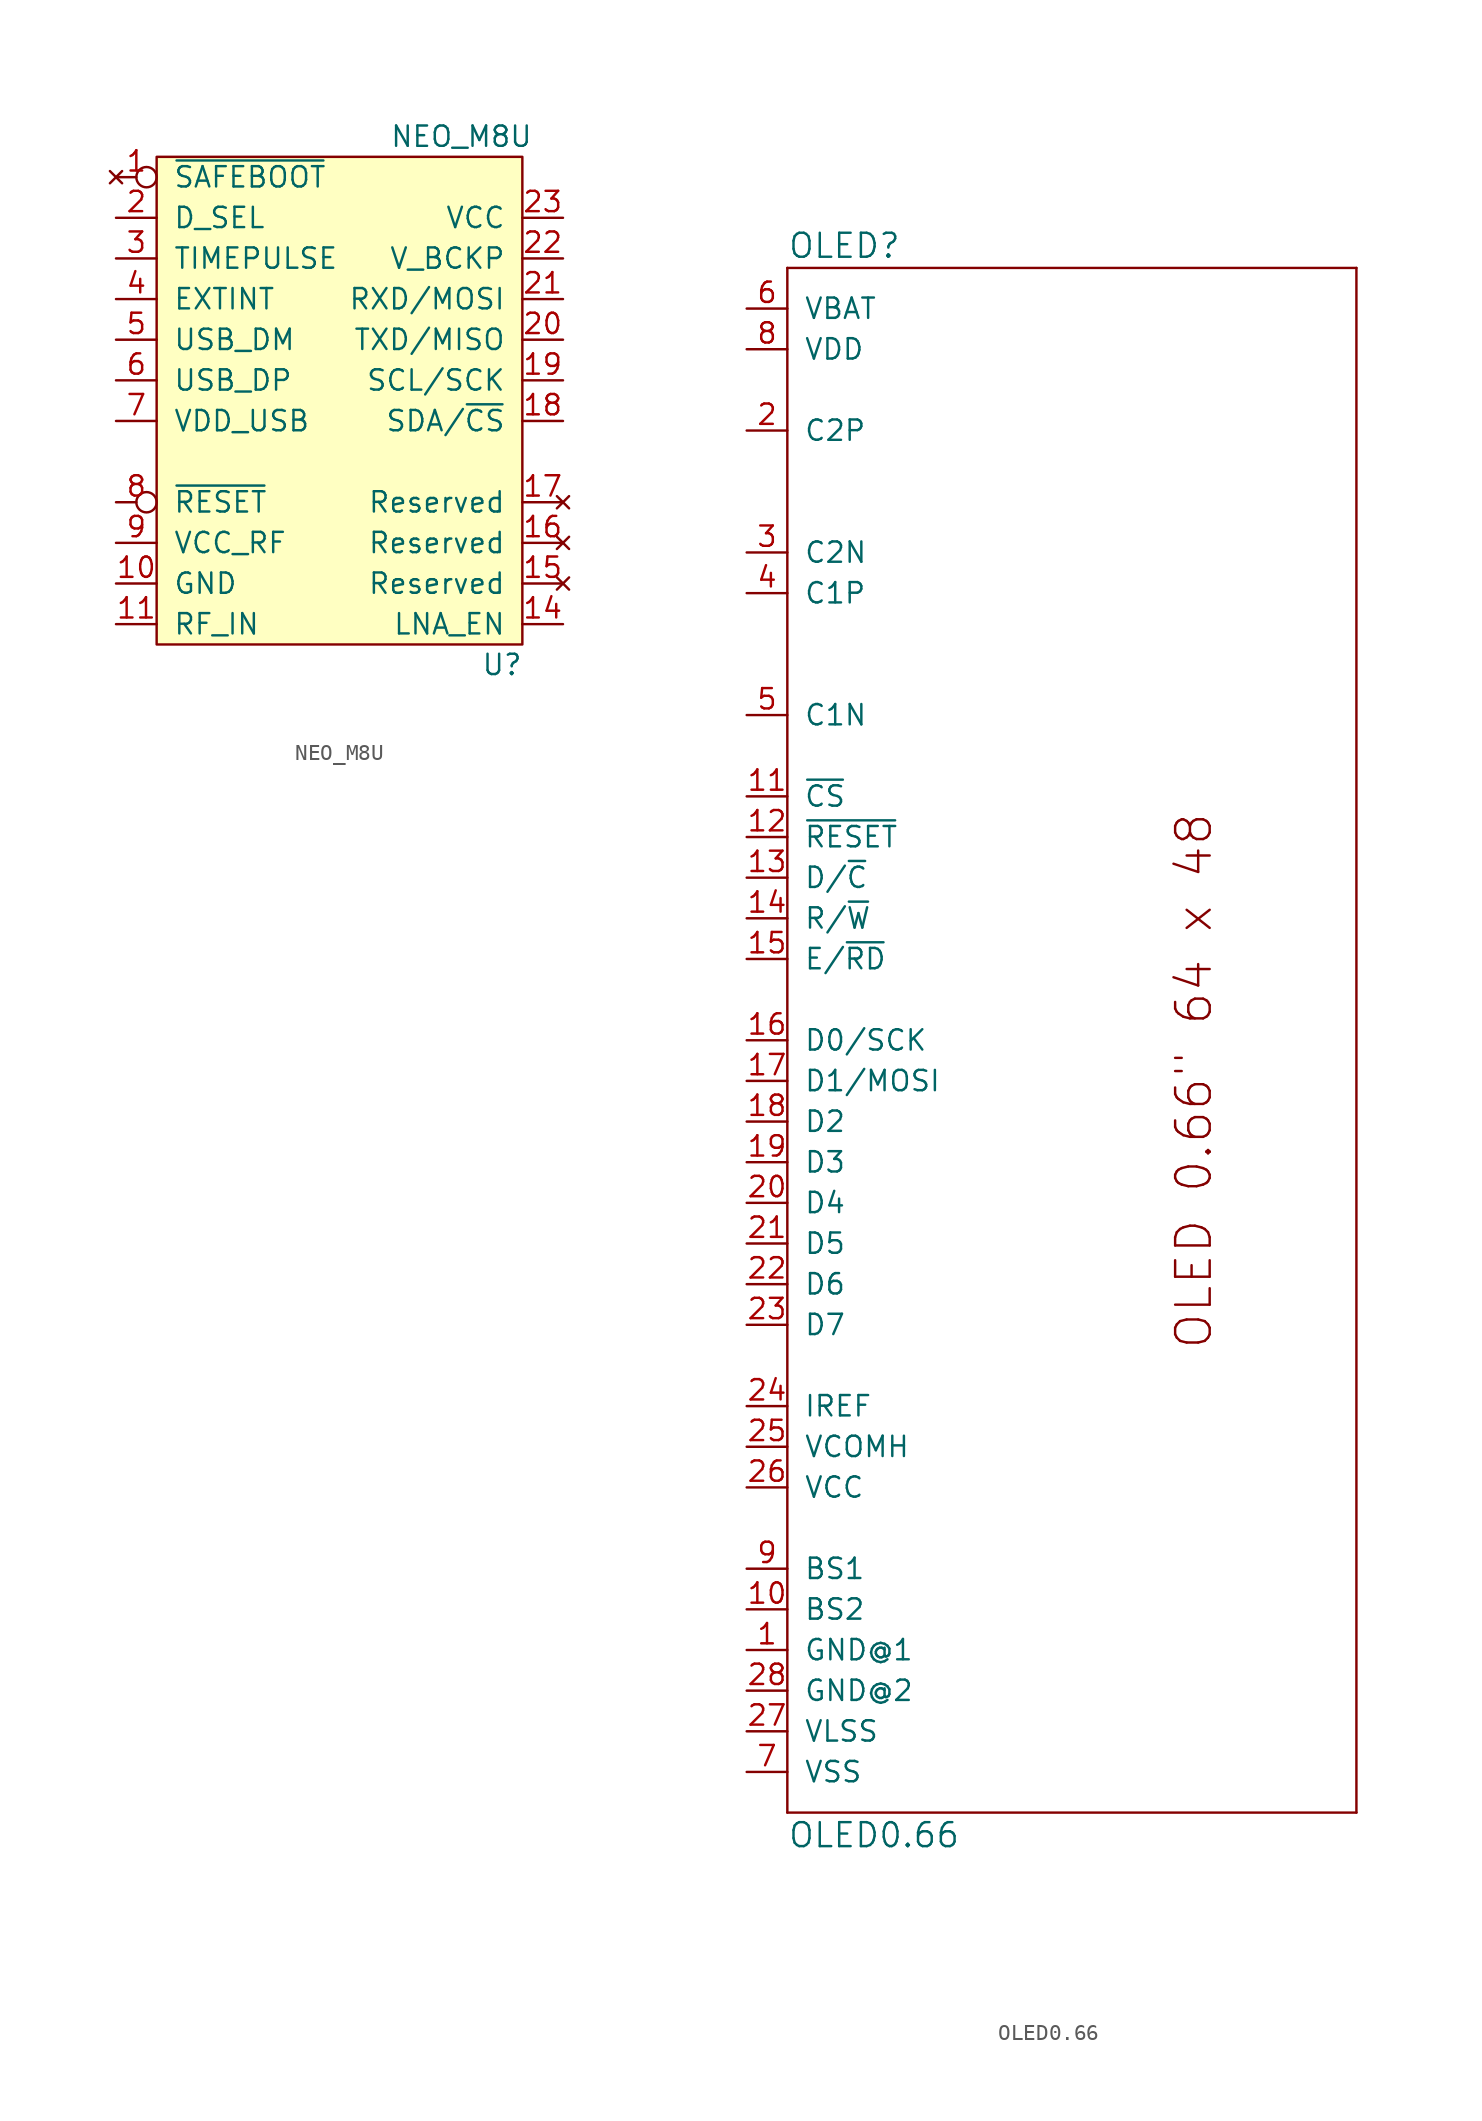
<source format=kicad_sym>
(kicad_symbol_lib
  (version 20211014)
  (generator kicad_symbol_editor)
  (symbol "NEO_M8U"
    (pin_names
      (offset 1.016))
    (property "Reference" "U"
      (at 24.13 -30.48 0)
      (effects (font (size 1.27 1.27))))
    (property "Value" "NEO_M8U"
      (at 21.59 2.54 0)
      (effects (font (size 1.27 1.27))))
    (symbol "NEO_M8U_0_1"
      (rectangle (start 2.54 1.27) (end 25.4 -29.21) (stroke (width 0) (type default) (color 0 0 0 0)) (fill (type background))))
    (symbol "NEO_M8U_1_1"
      (pin no_connect inverted (at 0 0 0) (length 2.54) (name "~{SAFEBOOT}" (effects (font (size 1.27 1.27)))) (number "1" (effects (font (size 1.27 1.27)))))
      (pin passive line (at 0 -25.4 0) (length 2.54) (name "GND" (effects (font (size 1.27 1.27)))) (number "10" (effects (font (size 1.27 1.27)))))
      (pin input line (at 0 -27.94 0) (length 2.54) (name "RF_IN" (effects (font (size 1.27 1.27)))) (number "11" (effects (font (size 1.27 1.27)))))
      (pin passive line (at 0 -25.4 0) (length 2.54) hide (name "GND" (effects (font (size 1.27 1.27)))) (number "12" (effects (font (size 1.27 1.27)))))
      (pin passive line (at 0 -25.4 0) (length 2.54) hide (name "GND" (effects (font (size 1.27 1.27)))) (number "13" (effects (font (size 1.27 1.27)))))
      (pin output line (at 27.94 -27.94 180) (length 2.54) (name "LNA_EN" (effects (font (size 1.27 1.27)))) (number "14" (effects (font (size 1.27 1.27)))))
      (pin no_connect line (at 27.94 -25.4 180) (length 2.54) (name "Reserved" (effects (font (size 1.27 1.27)))) (number "15" (effects (font (size 1.27 1.27)))))
      (pin no_connect line (at 27.94 -22.86 180) (length 2.54) (name "Reserved" (effects (font (size 1.27 1.27)))) (number "16" (effects (font (size 1.27 1.27)))))
      (pin no_connect line (at 27.94 -20.32 180) (length 2.54) (name "Reserved" (effects (font (size 1.27 1.27)))) (number "17" (effects (font (size 1.27 1.27)))))
      (pin open_collector line (at 27.94 -15.24 180) (length 2.54) (name "SDA/~{CS}" (effects (font (size 1.27 1.27)))) (number "18" (effects (font (size 1.27 1.27)))))
      (pin open_collector line (at 27.94 -12.7 180) (length 2.54) (name "SCL/SCK" (effects (font (size 1.27 1.27)))) (number "19" (effects (font (size 1.27 1.27)))))
      (pin input line (at 0 -2.54 0) (length 2.54) (name "D_SEL" (effects (font (size 1.27 1.27)))) (number "2" (effects (font (size 1.27 1.27)))))
      (pin output line (at 27.94 -10.16 180) (length 2.54) (name "TXD/MISO" (effects (font (size 1.27 1.27)))) (number "20" (effects (font (size 1.27 1.27)))))
      (pin input line (at 27.94 -7.62 180) (length 2.54) (name "RXD/MOSI" (effects (font (size 1.27 1.27)))) (number "21" (effects (font (size 1.27 1.27)))))
      (pin power_in line (at 27.94 -5.08 180) (length 2.54) (name "V_BCKP" (effects (font (size 1.27 1.27)))) (number "22" (effects (font (size 1.27 1.27)))))
      (pin power_in line (at 27.94 -2.54 180) (length 2.54) (name "VCC" (effects (font (size 1.27 1.27)))) (number "23" (effects (font (size 1.27 1.27)))))
      (pin passive line (at 0 -25.4 0) (length 2.54) hide (name "GND" (effects (font (size 1.27 1.27)))) (number "24" (effects (font (size 1.27 1.27)))))
      (pin output line (at 0 -5.08 0) (length 2.54) (name "TIMEPULSE" (effects (font (size 1.27 1.27)))) (number "3" (effects (font (size 1.27 1.27)))))
      (pin input line (at 0 -7.62 0) (length 2.54) (name "EXTINT" (effects (font (size 1.27 1.27)))) (number "4" (effects (font (size 1.27 1.27)))))
      (pin bidirectional line (at 0 -10.16 0) (length 2.54) (name "USB_DM" (effects (font (size 1.27 1.27)))) (number "5" (effects (font (size 1.27 1.27)))))
      (pin bidirectional line (at 0 -12.7 0) (length 2.54) (name "USB_DP" (effects (font (size 1.27 1.27)))) (number "6" (effects (font (size 1.27 1.27)))))
      (pin power_in line (at 0 -15.24 0) (length 2.54) (name "VDD_USB" (effects (font (size 1.27 1.27)))) (number "7" (effects (font (size 1.27 1.27)))))
      (pin input inverted (at 0 -20.32 0) (length 2.54) (name "~{RESET}" (effects (font (size 1.27 1.27)))) (number "8" (effects (font (size 1.27 1.27)))))
      (pin power_in line (at 0 -22.86 0) (length 2.54) (name "VCC_RF" (effects (font (size 1.27 1.27)))) (number "9" (effects (font (size 1.27 1.27)))))))
  (symbol "OLED0.66"
    (pin_names
      (offset 1.016))
    (property "Reference" "OLED"
      (at -25.4 48.768 0)
      (effects (font (size 1.499 1.499)) (justify left bottom)))
    (property "Value" "OLED0.66"
      (at -25.4 -50.546 0)
      (effects (font (size 1.499 1.499)) (justify left bottom)))
    (symbol "OLED0.66_1_0"
      (polyline (pts (xy -25.4 -48.26) (xy 10.16 -48.26)) (stroke (width 0) (type default) (color 0 0 0 0)) (fill (type none)))
      (polyline (pts (xy -25.4 48.26) (xy -25.4 -48.26)) (stroke (width 0) (type default) (color 0 0 0 0)) (fill (type none)))
      (polyline (pts (xy 10.16 -48.26) (xy 10.16 48.26)) (stroke (width 0) (type default) (color 0 0 0 0)) (fill (type none)))
      (polyline (pts (xy 10.16 48.26) (xy -25.4 48.26)) (stroke (width 0) (type default) (color 0 0 0 0)) (fill (type none)))
      (text "OLED 0.66\" 64 x 48" (at 0 -2.54 900) (effects (font (size 2.159 2.159))))
      (pin bidirectional line (at -27.94 -38.1 0) (length 2.54) (name "GND@1" (effects (font (size 1.27 1.27)))) (number "1" (effects (font (size 1.27 1.27)))))
      (pin bidirectional line (at -27.94 -35.56 0) (length 2.54) (name "BS2" (effects (font (size 1.27 1.27)))) (number "10" (effects (font (size 1.27 1.27)))))
      (pin bidirectional line (at -27.94 15.24 0) (length 2.54) (name "~{CS}" (effects (font (size 1.27 1.27)))) (number "11" (effects (font (size 1.27 1.27)))))
      (pin bidirectional line (at -27.94 12.7 0) (length 2.54) (name "~{RESET}" (effects (font (size 1.27 1.27)))) (number "12" (effects (font (size 1.27 1.27)))))
      (pin bidirectional line (at -27.94 10.16 0) (length 2.54) (name "D/~{C}" (effects (font (size 1.27 1.27)))) (number "13" (effects (font (size 1.27 1.27)))))
      (pin bidirectional line (at -27.94 7.62 0) (length 2.54) (name "R/~{W}" (effects (font (size 1.27 1.27)))) (number "14" (effects (font (size 1.27 1.27)))))
      (pin bidirectional line (at -27.94 5.08 0) (length 2.54) (name "E/~{RD}" (effects (font (size 1.27 1.27)))) (number "15" (effects (font (size 1.27 1.27)))))
      (pin bidirectional line (at -27.94 0 0) (length 2.54) (name "D0/SCK" (effects (font (size 1.27 1.27)))) (number "16" (effects (font (size 1.27 1.27)))))
      (pin bidirectional line (at -27.94 -2.54 0) (length 2.54) (name "D1/MOSI" (effects (font (size 1.27 1.27)))) (number "17" (effects (font (size 1.27 1.27)))))
      (pin bidirectional line (at -27.94 -5.08 0) (length 2.54) (name "D2" (effects (font (size 1.27 1.27)))) (number "18" (effects (font (size 1.27 1.27)))))
      (pin bidirectional line (at -27.94 -7.62 0) (length 2.54) (name "D3" (effects (font (size 1.27 1.27)))) (number "19" (effects (font (size 1.27 1.27)))))
      (pin bidirectional line (at -27.94 38.1 0) (length 2.54) (name "C2P" (effects (font (size 1.27 1.27)))) (number "2" (effects (font (size 1.27 1.27)))))
      (pin bidirectional line (at -27.94 -10.16 0) (length 2.54) (name "D4" (effects (font (size 1.27 1.27)))) (number "20" (effects (font (size 1.27 1.27)))))
      (pin bidirectional line (at -27.94 -12.7 0) (length 2.54) (name "D5" (effects (font (size 1.27 1.27)))) (number "21" (effects (font (size 1.27 1.27)))))
      (pin bidirectional line (at -27.94 -15.24 0) (length 2.54) (name "D6" (effects (font (size 1.27 1.27)))) (number "22" (effects (font (size 1.27 1.27)))))
      (pin bidirectional line (at -27.94 -17.78 0) (length 2.54) (name "D7" (effects (font (size 1.27 1.27)))) (number "23" (effects (font (size 1.27 1.27)))))
      (pin bidirectional line (at -27.94 -22.86 0) (length 2.54) (name "IREF" (effects (font (size 1.27 1.27)))) (number "24" (effects (font (size 1.27 1.27)))))
      (pin bidirectional line (at -27.94 -25.4 0) (length 2.54) (name "VCOMH" (effects (font (size 1.27 1.27)))) (number "25" (effects (font (size 1.27 1.27)))))
      (pin bidirectional line (at -27.94 -27.94 0) (length 2.54) (name "VCC" (effects (font (size 1.27 1.27)))) (number "26" (effects (font (size 1.27 1.27)))))
      (pin bidirectional line (at -27.94 -43.18 0) (length 2.54) (name "VLSS" (effects (font (size 1.27 1.27)))) (number "27" (effects (font (size 1.27 1.27)))))
      (pin bidirectional line (at -27.94 -40.64 0) (length 2.54) (name "GND@2" (effects (font (size 1.27 1.27)))) (number "28" (effects (font (size 1.27 1.27)))))
      (pin bidirectional line (at -27.94 30.48 0) (length 2.54) (name "C2N" (effects (font (size 1.27 1.27)))) (number "3" (effects (font (size 1.27 1.27)))))
      (pin bidirectional line (at -27.94 27.94 0) (length 2.54) (name "C1P" (effects (font (size 1.27 1.27)))) (number "4" (effects (font (size 1.27 1.27)))))
      (pin bidirectional line (at -27.94 20.32 0) (length 2.54) (name "C1N" (effects (font (size 1.27 1.27)))) (number "5" (effects (font (size 1.27 1.27)))))
      (pin bidirectional line (at -27.94 45.72 0) (length 2.54) (name "VBAT" (effects (font (size 1.27 1.27)))) (number "6" (effects (font (size 1.27 1.27)))))
      (pin bidirectional line (at -27.94 -45.72 0) (length 2.54) (name "VSS" (effects (font (size 1.27 1.27)))) (number "7" (effects (font (size 1.27 1.27)))))
      (pin bidirectional line (at -27.94 43.18 0) (length 2.54) (name "VDD" (effects (font (size 1.27 1.27)))) (number "8" (effects (font (size 1.27 1.27)))))
      (pin bidirectional line (at -27.94 -33.02 0) (length 2.54) (name "BS1" (effects (font (size 1.27 1.27)))) (number "9" (effects (font (size 1.27 1.27))))))))
</source>
